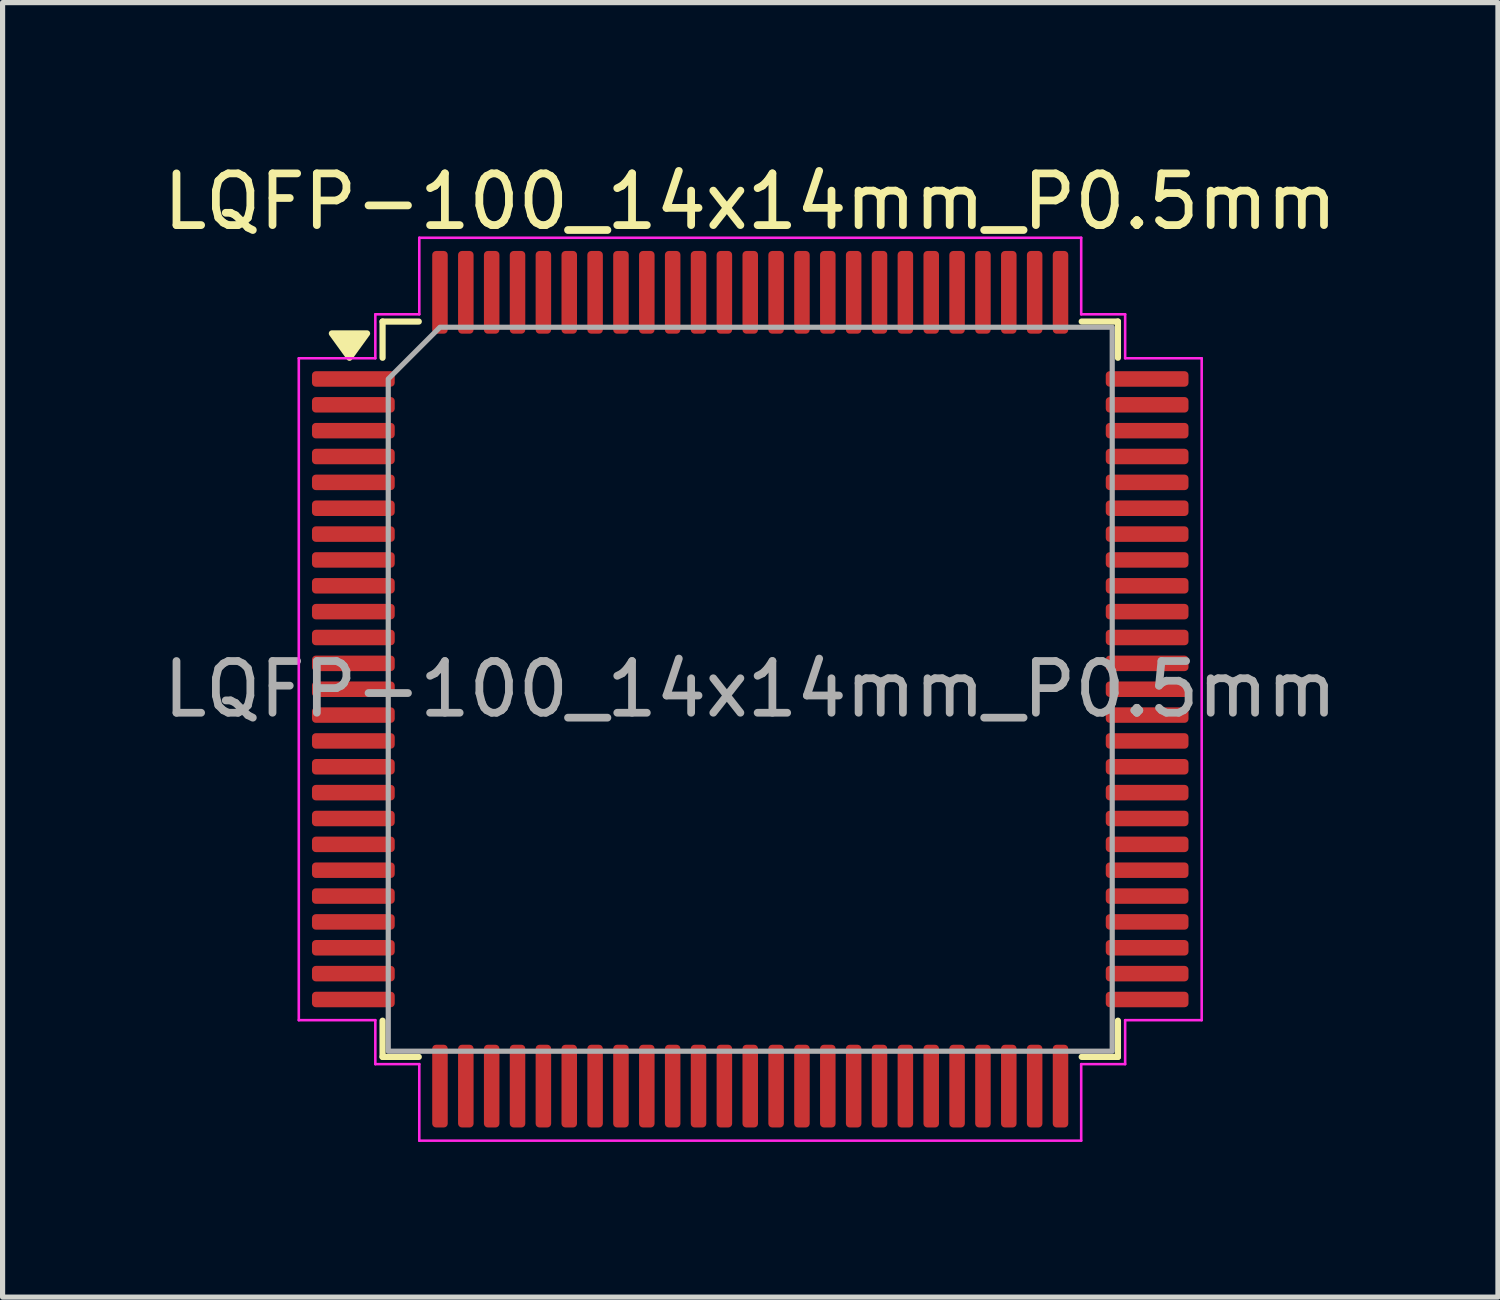
<source format=kicad_pcb>
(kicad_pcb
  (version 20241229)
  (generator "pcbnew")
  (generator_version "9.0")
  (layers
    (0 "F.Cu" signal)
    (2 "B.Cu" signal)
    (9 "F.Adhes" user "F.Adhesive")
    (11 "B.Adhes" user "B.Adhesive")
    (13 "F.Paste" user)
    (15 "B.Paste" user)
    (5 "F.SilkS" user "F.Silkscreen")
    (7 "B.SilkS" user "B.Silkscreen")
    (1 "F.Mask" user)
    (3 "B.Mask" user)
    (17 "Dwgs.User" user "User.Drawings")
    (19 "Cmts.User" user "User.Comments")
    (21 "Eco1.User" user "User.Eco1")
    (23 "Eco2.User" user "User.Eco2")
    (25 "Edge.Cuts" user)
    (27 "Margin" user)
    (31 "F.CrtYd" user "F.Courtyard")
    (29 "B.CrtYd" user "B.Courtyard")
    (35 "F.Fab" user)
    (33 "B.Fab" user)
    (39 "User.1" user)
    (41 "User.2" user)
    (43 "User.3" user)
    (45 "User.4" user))
  (footprint "LQFP-100_14x14mm_P0.5mm"
    (layer "F.Cu")
    (at 11.458 10.278)
    (property "Reference" "LQFP-100_14x14mm_P0.5mm" (at 0 -9.43 0) (layer "F.SilkS") (effects (font (size 1 1) (thickness 0.15))))
    (attr smd)
    (fp_line (start -7.11 -7.11) (end -6.41 -7.11) (stroke (width 0.12) (type solid)) (layer "F.SilkS"))
    (fp_line (start -7.11 -6.41) (end -7.11 -7.11) (stroke (width 0.12) (type solid)) (layer "F.SilkS"))
    (fp_line (start -7.11 7.11) (end -7.11 6.41) (stroke (width 0.12) (type solid)) (layer "F.SilkS"))
    (fp_line (start -6.41 7.11) (end -7.11 7.11) (stroke (width 0.12) (type solid)) (layer "F.SilkS"))
    (fp_line (start 6.41 -7.11) (end 7.11 -7.11) (stroke (width 0.12) (type solid)) (layer "F.SilkS"))
    (fp_line (start 7.11 -7.11) (end 7.11 -6.41) (stroke (width 0.12) (type solid)) (layer "F.SilkS"))
    (fp_line (start 7.11 6.41) (end 7.11 7.11) (stroke (width 0.12) (type solid)) (layer "F.SilkS"))
    (fp_line (start 7.11 7.11) (end 6.41 7.11) (stroke (width 0.12) (type solid)) (layer "F.SilkS"))
    (fp_poly (pts (xy -7.75 -6.41) (xy -8.09 -6.88) (xy -7.41 -6.88)) (stroke (width 0.12) (type solid)) (fill yes) (layer "F.SilkS"))
    (fp_line (start -8.73 -6.4) (end -7.25 -6.4) (stroke (width 0.05) (type solid)) (layer "F.CrtYd"))
    (fp_line (start -8.73 6.4) (end -8.73 -6.4) (stroke (width 0.05) (type solid)) (layer "F.CrtYd"))
    (fp_line (start -7.25 -7.25) (end -6.4 -7.25) (stroke (width 0.05) (type solid)) (layer "F.CrtYd"))
    (fp_line (start -7.25 -6.4) (end -7.25 -7.25) (stroke (width 0.05) (type solid)) (layer "F.CrtYd"))
    (fp_line (start -7.25 6.4) (end -8.73 6.4) (stroke (width 0.05) (type solid)) (layer "F.CrtYd"))
    (fp_line (start -7.25 7.25) (end -7.25 6.4) (stroke (width 0.05) (type solid)) (layer "F.CrtYd"))
    (fp_line (start -6.4 -8.73) (end 6.4 -8.73) (stroke (width 0.05) (type solid)) (layer "F.CrtYd"))
    (fp_line (start -6.4 -7.25) (end -6.4 -8.73) (stroke (width 0.05) (type solid)) (layer "F.CrtYd"))
    (fp_line (start -6.4 7.25) (end -7.25 7.25) (stroke (width 0.05) (type solid)) (layer "F.CrtYd"))
    (fp_line (start -6.4 8.73) (end -6.4 7.25) (stroke (width 0.05) (type solid)) (layer "F.CrtYd"))
    (fp_line (start 6.4 -8.73) (end 6.4 -7.25) (stroke (width 0.05) (type solid)) (layer "F.CrtYd"))
    (fp_line (start 6.4 -7.25) (end 7.25 -7.25) (stroke (width 0.05) (type solid)) (layer "F.CrtYd"))
    (fp_line (start 6.4 7.25) (end 6.4 8.73) (stroke (width 0.05) (type solid)) (layer "F.CrtYd"))
    (fp_line (start 6.4 8.73) (end -6.4 8.73) (stroke (width 0.05) (type solid)) (layer "F.CrtYd"))
    (fp_line (start 7.25 -7.25) (end 7.25 -6.4) (stroke (width 0.05) (type solid)) (layer "F.CrtYd"))
    (fp_line (start 7.25 -6.4) (end 8.73 -6.4) (stroke (width 0.05) (type solid)) (layer "F.CrtYd"))
    (fp_line (start 7.25 6.4) (end 7.25 7.25) (stroke (width 0.05) (type solid)) (layer "F.CrtYd"))
    (fp_line (start 7.25 7.25) (end 6.4 7.25) (stroke (width 0.05) (type solid)) (layer "F.CrtYd"))
    (fp_line (start 8.73 -6.4) (end 8.73 6.4) (stroke (width 0.05) (type solid)) (layer "F.CrtYd"))
    (fp_line (start 8.73 6.4) (end 7.25 6.4) (stroke (width 0.05) (type solid)) (layer "F.CrtYd"))
    (fp_poly (pts (xy -7 -6) (xy -7 7) (xy 7 7) (xy 7 -7) (xy -6 -7)) (stroke (width 0.1) (type solid)) (fill no) (layer "F.Fab"))
    (fp_text user "${REFERENCE}" (at 0 0 0) (layer "F.Fab") (effects (font (size 1 1) (thickness 0.15))))
    (pad "1" smd roundrect (at -7.675 -6) (size 1.6 0.3) (layers "F.Cu" "F.Mask" "F.Paste") (roundrect_rratio 0.25))
    (pad "2" smd roundrect (at -7.675 -5.5) (size 1.6 0.3) (layers "F.Cu" "F.Mask" "F.Paste") (roundrect_rratio 0.25))
    (pad "3" smd roundrect (at -7.675 -5) (size 1.6 0.3) (layers "F.Cu" "F.Mask" "F.Paste") (roundrect_rratio 0.25))
    (pad "4" smd roundrect (at -7.675 -4.5) (size 1.6 0.3) (layers "F.Cu" "F.Mask" "F.Paste") (roundrect_rratio 0.25))
    (pad "5" smd roundrect (at -7.675 -4) (size 1.6 0.3) (layers "F.Cu" "F.Mask" "F.Paste") (roundrect_rratio 0.25))
    (pad "6" smd roundrect (at -7.675 -3.5) (size 1.6 0.3) (layers "F.Cu" "F.Mask" "F.Paste") (roundrect_rratio 0.25))
    (pad "7" smd roundrect (at -7.675 -3) (size 1.6 0.3) (layers "F.Cu" "F.Mask" "F.Paste") (roundrect_rratio 0.25))
    (pad "8" smd roundrect (at -7.675 -2.5) (size 1.6 0.3) (layers "F.Cu" "F.Mask" "F.Paste") (roundrect_rratio 0.25))
    (pad "9" smd roundrect (at -7.675 -2) (size 1.6 0.3) (layers "F.Cu" "F.Mask" "F.Paste") (roundrect_rratio 0.25))
    (pad "10" smd roundrect (at -7.675 -1.5) (size 1.6 0.3) (layers "F.Cu" "F.Mask" "F.Paste") (roundrect_rratio 0.25))
    (pad "11" smd roundrect (at -7.675 -1) (size 1.6 0.3) (layers "F.Cu" "F.Mask" "F.Paste") (roundrect_rratio 0.25))
    (pad "12" smd roundrect (at -7.675 -0.5) (size 1.6 0.3) (layers "F.Cu" "F.Mask" "F.Paste") (roundrect_rratio 0.25))
    (pad "13" smd roundrect (at -7.675 0) (size 1.6 0.3) (layers "F.Cu" "F.Mask" "F.Paste") (roundrect_rratio 0.25))
    (pad "14" smd roundrect (at -7.675 0.5) (size 1.6 0.3) (layers "F.Cu" "F.Mask" "F.Paste") (roundrect_rratio 0.25))
    (pad "15" smd roundrect (at -7.675 1) (size 1.6 0.3) (layers "F.Cu" "F.Mask" "F.Paste") (roundrect_rratio 0.25))
    (pad "16" smd roundrect (at -7.675 1.5) (size 1.6 0.3) (layers "F.Cu" "F.Mask" "F.Paste") (roundrect_rratio 0.25))
    (pad "17" smd roundrect (at -7.675 2) (size 1.6 0.3) (layers "F.Cu" "F.Mask" "F.Paste") (roundrect_rratio 0.25))
    (pad "18" smd roundrect (at -7.675 2.5) (size 1.6 0.3) (layers "F.Cu" "F.Mask" "F.Paste") (roundrect_rratio 0.25))
    (pad "19" smd roundrect (at -7.675 3) (size 1.6 0.3) (layers "F.Cu" "F.Mask" "F.Paste") (roundrect_rratio 0.25))
    (pad "20" smd roundrect (at -7.675 3.5) (size 1.6 0.3) (layers "F.Cu" "F.Mask" "F.Paste") (roundrect_rratio 0.25))
    (pad "21" smd roundrect (at -7.675 4) (size 1.6 0.3) (layers "F.Cu" "F.Mask" "F.Paste") (roundrect_rratio 0.25))
    (pad "22" smd roundrect (at -7.675 4.5) (size 1.6 0.3) (layers "F.Cu" "F.Mask" "F.Paste") (roundrect_rratio 0.25))
    (pad "23" smd roundrect (at -7.675 5) (size 1.6 0.3) (layers "F.Cu" "F.Mask" "F.Paste") (roundrect_rratio 0.25))
    (pad "24" smd roundrect (at -7.675 5.5) (size 1.6 0.3) (layers "F.Cu" "F.Mask" "F.Paste") (roundrect_rratio 0.25))
    (pad "25" smd roundrect (at -7.675 6) (size 1.6 0.3) (layers "F.Cu" "F.Mask" "F.Paste") (roundrect_rratio 0.25))
    (pad "26" smd roundrect (at -6 7.675) (size 0.3 1.6) (layers "F.Cu" "F.Mask" "F.Paste") (roundrect_rratio 0.25))
    (pad "27" smd roundrect (at -5.5 7.675) (size 0.3 1.6) (layers "F.Cu" "F.Mask" "F.Paste") (roundrect_rratio 0.25))
    (pad "28" smd roundrect (at -5 7.675) (size 0.3 1.6) (layers "F.Cu" "F.Mask" "F.Paste") (roundrect_rratio 0.25))
    (pad "29" smd roundrect (at -4.5 7.675) (size 0.3 1.6) (layers "F.Cu" "F.Mask" "F.Paste") (roundrect_rratio 0.25))
    (pad "30" smd roundrect (at -4 7.675) (size 0.3 1.6) (layers "F.Cu" "F.Mask" "F.Paste") (roundrect_rratio 0.25))
    (pad "31" smd roundrect (at -3.5 7.675) (size 0.3 1.6) (layers "F.Cu" "F.Mask" "F.Paste") (roundrect_rratio 0.25))
    (pad "32" smd roundrect (at -3 7.675) (size 0.3 1.6) (layers "F.Cu" "F.Mask" "F.Paste") (roundrect_rratio 0.25))
    (pad "33" smd roundrect (at -2.5 7.675) (size 0.3 1.6) (layers "F.Cu" "F.Mask" "F.Paste") (roundrect_rratio 0.25))
    (pad "34" smd roundrect (at -2 7.675) (size 0.3 1.6) (layers "F.Cu" "F.Mask" "F.Paste") (roundrect_rratio 0.25))
    (pad "35" smd roundrect (at -1.5 7.675) (size 0.3 1.6) (layers "F.Cu" "F.Mask" "F.Paste") (roundrect_rratio 0.25))
    (pad "36" smd roundrect (at -1 7.675) (size 0.3 1.6) (layers "F.Cu" "F.Mask" "F.Paste") (roundrect_rratio 0.25))
    (pad "37" smd roundrect (at -0.5 7.675) (size 0.3 1.6) (layers "F.Cu" "F.Mask" "F.Paste") (roundrect_rratio 0.25))
    (pad "38" smd roundrect (at 0 7.675) (size 0.3 1.6) (layers "F.Cu" "F.Mask" "F.Paste") (roundrect_rratio 0.25))
    (pad "39" smd roundrect (at 0.5 7.675) (size 0.3 1.6) (layers "F.Cu" "F.Mask" "F.Paste") (roundrect_rratio 0.25))
    (pad "40" smd roundrect (at 1 7.675) (size 0.3 1.6) (layers "F.Cu" "F.Mask" "F.Paste") (roundrect_rratio 0.25))
    (pad "41" smd roundrect (at 1.5 7.675) (size 0.3 1.6) (layers "F.Cu" "F.Mask" "F.Paste") (roundrect_rratio 0.25))
    (pad "42" smd roundrect (at 2 7.675) (size 0.3 1.6) (layers "F.Cu" "F.Mask" "F.Paste") (roundrect_rratio 0.25))
    (pad "43" smd roundrect (at 2.5 7.675) (size 0.3 1.6) (layers "F.Cu" "F.Mask" "F.Paste") (roundrect_rratio 0.25))
    (pad "44" smd roundrect (at 3 7.675) (size 0.3 1.6) (layers "F.Cu" "F.Mask" "F.Paste") (roundrect_rratio 0.25))
    (pad "45" smd roundrect (at 3.5 7.675) (size 0.3 1.6) (layers "F.Cu" "F.Mask" "F.Paste") (roundrect_rratio 0.25))
    (pad "46" smd roundrect (at 4 7.675) (size 0.3 1.6) (layers "F.Cu" "F.Mask" "F.Paste") (roundrect_rratio 0.25))
    (pad "47" smd roundrect (at 4.5 7.675) (size 0.3 1.6) (layers "F.Cu" "F.Mask" "F.Paste") (roundrect_rratio 0.25))
    (pad "48" smd roundrect (at 5 7.675) (size 0.3 1.6) (layers "F.Cu" "F.Mask" "F.Paste") (roundrect_rratio 0.25))
    (pad "49" smd roundrect (at 5.5 7.675) (size 0.3 1.6) (layers "F.Cu" "F.Mask" "F.Paste") (roundrect_rratio 0.25))
    (pad "50" smd roundrect (at 6 7.675) (size 0.3 1.6) (layers "F.Cu" "F.Mask" "F.Paste") (roundrect_rratio 0.25))
    (pad "51" smd roundrect (at 7.675 6) (size 1.6 0.3) (layers "F.Cu" "F.Mask" "F.Paste") (roundrect_rratio 0.25))
    (pad "52" smd roundrect (at 7.675 5.5) (size 1.6 0.3) (layers "F.Cu" "F.Mask" "F.Paste") (roundrect_rratio 0.25))
    (pad "53" smd roundrect (at 7.675 5) (size 1.6 0.3) (layers "F.Cu" "F.Mask" "F.Paste") (roundrect_rratio 0.25))
    (pad "54" smd roundrect (at 7.675 4.5) (size 1.6 0.3) (layers "F.Cu" "F.Mask" "F.Paste") (roundrect_rratio 0.25))
    (pad "55" smd roundrect (at 7.675 4) (size 1.6 0.3) (layers "F.Cu" "F.Mask" "F.Paste") (roundrect_rratio 0.25))
    (pad "56" smd roundrect (at 7.675 3.5) (size 1.6 0.3) (layers "F.Cu" "F.Mask" "F.Paste") (roundrect_rratio 0.25))
    (pad "57" smd roundrect (at 7.675 3) (size 1.6 0.3) (layers "F.Cu" "F.Mask" "F.Paste") (roundrect_rratio 0.25))
    (pad "58" smd roundrect (at 7.675 2.5) (size 1.6 0.3) (layers "F.Cu" "F.Mask" "F.Paste") (roundrect_rratio 0.25))
    (pad "59" smd roundrect (at 7.675 2) (size 1.6 0.3) (layers "F.Cu" "F.Mask" "F.Paste") (roundrect_rratio 0.25))
    (pad "60" smd roundrect (at 7.675 1.5) (size 1.6 0.3) (layers "F.Cu" "F.Mask" "F.Paste") (roundrect_rratio 0.25))
    (pad "61" smd roundrect (at 7.675 1) (size 1.6 0.3) (layers "F.Cu" "F.Mask" "F.Paste") (roundrect_rratio 0.25))
    (pad "62" smd roundrect (at 7.675 0.5) (size 1.6 0.3) (layers "F.Cu" "F.Mask" "F.Paste") (roundrect_rratio 0.25))
    (pad "63" smd roundrect (at 7.675 0) (size 1.6 0.3) (layers "F.Cu" "F.Mask" "F.Paste") (roundrect_rratio 0.25))
    (pad "64" smd roundrect (at 7.675 -0.5) (size 1.6 0.3) (layers "F.Cu" "F.Mask" "F.Paste") (roundrect_rratio 0.25))
    (pad "65" smd roundrect (at 7.675 -1) (size 1.6 0.3) (layers "F.Cu" "F.Mask" "F.Paste") (roundrect_rratio 0.25))
    (pad "66" smd roundrect (at 7.675 -1.5) (size 1.6 0.3) (layers "F.Cu" "F.Mask" "F.Paste") (roundrect_rratio 0.25))
    (pad "67" smd roundrect (at 7.675 -2) (size 1.6 0.3) (layers "F.Cu" "F.Mask" "F.Paste") (roundrect_rratio 0.25))
    (pad "68" smd roundrect (at 7.675 -2.5) (size 1.6 0.3) (layers "F.Cu" "F.Mask" "F.Paste") (roundrect_rratio 0.25))
    (pad "69" smd roundrect (at 7.675 -3) (size 1.6 0.3) (layers "F.Cu" "F.Mask" "F.Paste") (roundrect_rratio 0.25))
    (pad "70" smd roundrect (at 7.675 -3.5) (size 1.6 0.3) (layers "F.Cu" "F.Mask" "F.Paste") (roundrect_rratio 0.25))
    (pad "71" smd roundrect (at 7.675 -4) (size 1.6 0.3) (layers "F.Cu" "F.Mask" "F.Paste") (roundrect_rratio 0.25))
    (pad "72" smd roundrect (at 7.675 -4.5) (size 1.6 0.3) (layers "F.Cu" "F.Mask" "F.Paste") (roundrect_rratio 0.25))
    (pad "73" smd roundrect (at 7.675 -5) (size 1.6 0.3) (layers "F.Cu" "F.Mask" "F.Paste") (roundrect_rratio 0.25))
    (pad "74" smd roundrect (at 7.675 -5.5) (size 1.6 0.3) (layers "F.Cu" "F.Mask" "F.Paste") (roundrect_rratio 0.25))
    (pad "75" smd roundrect (at 7.675 -6) (size 1.6 0.3) (layers "F.Cu" "F.Mask" "F.Paste") (roundrect_rratio 0.25))
    (pad "76" smd roundrect (at 6 -7.675) (size 0.3 1.6) (layers "F.Cu" "F.Mask" "F.Paste") (roundrect_rratio 0.25))
    (pad "77" smd roundrect (at 5.5 -7.675) (size 0.3 1.6) (layers "F.Cu" "F.Mask" "F.Paste") (roundrect_rratio 0.25))
    (pad "78" smd roundrect (at 5 -7.675) (size 0.3 1.6) (layers "F.Cu" "F.Mask" "F.Paste") (roundrect_rratio 0.25))
    (pad "79" smd roundrect (at 4.5 -7.675) (size 0.3 1.6) (layers "F.Cu" "F.Mask" "F.Paste") (roundrect_rratio 0.25))
    (pad "80" smd roundrect (at 4 -7.675) (size 0.3 1.6) (layers "F.Cu" "F.Mask" "F.Paste") (roundrect_rratio 0.25))
    (pad "81" smd roundrect (at 3.5 -7.675) (size 0.3 1.6) (layers "F.Cu" "F.Mask" "F.Paste") (roundrect_rratio 0.25))
    (pad "82" smd roundrect (at 3 -7.675) (size 0.3 1.6) (layers "F.Cu" "F.Mask" "F.Paste") (roundrect_rratio 0.25))
    (pad "83" smd roundrect (at 2.5 -7.675) (size 0.3 1.6) (layers "F.Cu" "F.Mask" "F.Paste") (roundrect_rratio 0.25))
    (pad "84" smd roundrect (at 2 -7.675) (size 0.3 1.6) (layers "F.Cu" "F.Mask" "F.Paste") (roundrect_rratio 0.25))
    (pad "85" smd roundrect (at 1.5 -7.675) (size 0.3 1.6) (layers "F.Cu" "F.Mask" "F.Paste") (roundrect_rratio 0.25))
    (pad "86" smd roundrect (at 1 -7.675) (size 0.3 1.6) (layers "F.Cu" "F.Mask" "F.Paste") (roundrect_rratio 0.25))
    (pad "87" smd roundrect (at 0.5 -7.675) (size 0.3 1.6) (layers "F.Cu" "F.Mask" "F.Paste") (roundrect_rratio 0.25))
    (pad "88" smd roundrect (at 0 -7.675) (size 0.3 1.6) (layers "F.Cu" "F.Mask" "F.Paste") (roundrect_rratio 0.25))
    (pad "89" smd roundrect (at -0.5 -7.675) (size 0.3 1.6) (layers "F.Cu" "F.Mask" "F.Paste") (roundrect_rratio 0.25))
    (pad "90" smd roundrect (at -1 -7.675) (size 0.3 1.6) (layers "F.Cu" "F.Mask" "F.Paste") (roundrect_rratio 0.25))
    (pad "91" smd roundrect (at -1.5 -7.675) (size 0.3 1.6) (layers "F.Cu" "F.Mask" "F.Paste") (roundrect_rratio 0.25))
    (pad "92" smd roundrect (at -2 -7.675) (size 0.3 1.6) (layers "F.Cu" "F.Mask" "F.Paste") (roundrect_rratio 0.25))
    (pad "93" smd roundrect (at -2.5 -7.675) (size 0.3 1.6) (layers "F.Cu" "F.Mask" "F.Paste") (roundrect_rratio 0.25))
    (pad "94" smd roundrect (at -3 -7.675) (size 0.3 1.6) (layers "F.Cu" "F.Mask" "F.Paste") (roundrect_rratio 0.25))
    (pad "95" smd roundrect (at -3.5 -7.675) (size 0.3 1.6) (layers "F.Cu" "F.Mask" "F.Paste") (roundrect_rratio 0.25))
    (pad "96" smd roundrect (at -4 -7.675) (size 0.3 1.6) (layers "F.Cu" "F.Mask" "F.Paste") (roundrect_rratio 0.25))
    (pad "97" smd roundrect (at -4.5 -7.675) (size 0.3 1.6) (layers "F.Cu" "F.Mask" "F.Paste") (roundrect_rratio 0.25))
    (pad "98" smd roundrect (at -5 -7.675) (size 0.3 1.6) (layers "F.Cu" "F.Mask" "F.Paste") (roundrect_rratio 0.25))
    (pad "99" smd roundrect (at -5.5 -7.675) (size 0.3 1.6) (layers "F.Cu" "F.Mask" "F.Paste") (roundrect_rratio 0.25))
    (pad "100" smd roundrect (at -6 -7.675) (size 0.3 1.6) (layers "F.Cu" "F.Mask" "F.Paste") (roundrect_rratio 0.25)))
  (gr_rect
    (start -3 -3)
    (end 25.917 22.033)
    (stroke (width 0.1) (type default))
    (fill no)
    (layer "Edge.Cuts")))
</source>
